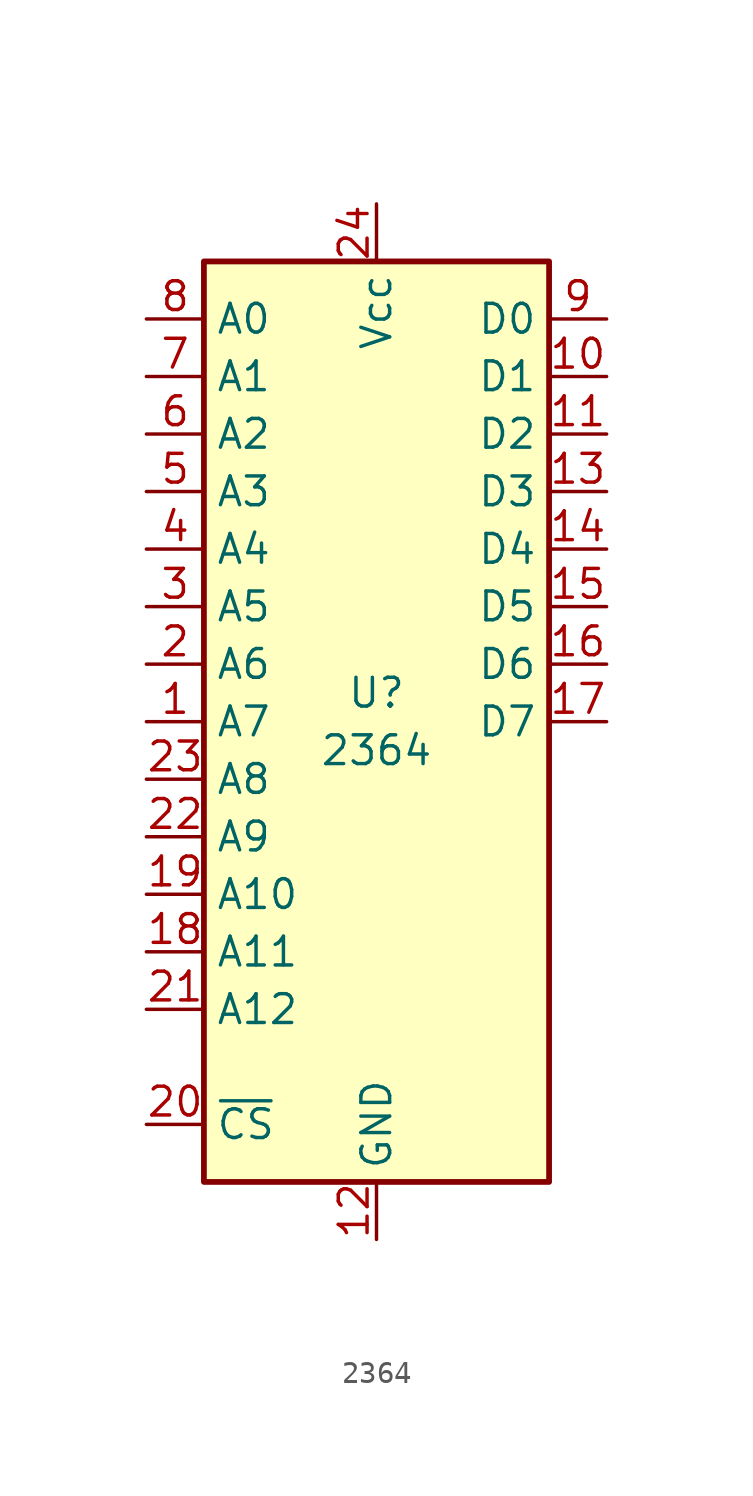
<source format=kicad_sym>
(kicad_symbol_lib
  (version 20241209)
  (generator "kicad_symbol_editor")
  (generator_version "9.0")
  (symbol "2364"
    (property "Reference" "U"
      (at 0 1.27 0)
      (effects (font (size 1.27 1.27))))
    (property "Value" "2364"
      (at 0 -1.27 0)
      (effects (font (size 1.27 1.27))))
    (symbol "2364_0_0"
      (pin input line (at -10.16 17.78 0) (length 2.54) (name "A0" (effects (font (size 1.27 1.27)))) (number "8" (effects (font (size 1.27 1.27)))))
      (pin input line (at -10.16 15.24 0) (length 2.54) (name "A1" (effects (font (size 1.27 1.27)))) (number "7" (effects (font (size 1.27 1.27)))))
      (pin input line (at -10.16 12.7 0) (length 2.54) (name "A2" (effects (font (size 1.27 1.27)))) (number "6" (effects (font (size 1.27 1.27)))))
      (pin input line (at -10.16 10.16 0) (length 2.54) (name "A3" (effects (font (size 1.27 1.27)))) (number "5" (effects (font (size 1.27 1.27)))))
      (pin input line (at -10.16 7.62 0) (length 2.54) (name "A4" (effects (font (size 1.27 1.27)))) (number "4" (effects (font (size 1.27 1.27)))))
      (pin input line (at -10.16 5.08 0) (length 2.54) (name "A5" (effects (font (size 1.27 1.27)))) (number "3" (effects (font (size 1.27 1.27)))))
      (pin input line (at -10.16 2.54 0) (length 2.54) (name "A6" (effects (font (size 1.27 1.27)))) (number "2" (effects (font (size 1.27 1.27)))))
      (pin input line (at -10.16 0 0) (length 2.54) (name "A7" (effects (font (size 1.27 1.27)))) (number "1" (effects (font (size 1.27 1.27)))))
      (pin input line (at -10.16 -2.54 0) (length 2.54) (name "A8" (effects (font (size 1.27 1.27)))) (number "23" (effects (font (size 1.27 1.27)))))
      (pin input line (at -10.16 -5.08 0) (length 2.54) (name "A9" (effects (font (size 1.27 1.27)))) (number "22" (effects (font (size 1.27 1.27)))))
      (pin input line (at -10.16 -7.62 0) (length 2.54) (name "A10" (effects (font (size 1.27 1.27)))) (number "19" (effects (font (size 1.27 1.27)))))
      (pin input line (at -10.16 -10.16 0) (length 2.54) (name "A11" (effects (font (size 1.27 1.27)))) (number "18" (effects (font (size 1.27 1.27)))))
      (pin input line (at -10.16 -12.7 0) (length 2.54) (name "A12" (effects (font (size 1.27 1.27)))) (number "21" (effects (font (size 1.27 1.27)))))
      (pin input line (at -10.16 -17.78 0) (length 2.54) (name "~{CS}" (effects (font (size 1.27 1.27)))) (number "20" (effects (font (size 1.27 1.27)))))
      (pin power_in line (at 0 22.86 270) (length 2.54) (name "Vcc" (effects (font (size 1.27 1.27)))) (number "24" (effects (font (size 1.27 1.27)))))
      (pin power_in line (at 0 -22.86 90) (length 2.54) (name "GND" (effects (font (size 1.27 1.27)))) (number "12" (effects (font (size 1.27 1.27)))))
      (pin tri_state line (at 10.16 17.78 180) (length 2.54) (name "D0" (effects (font (size 1.27 1.27)))) (number "9" (effects (font (size 1.27 1.27)))))
      (pin tri_state line (at 10.16 15.24 180) (length 2.54) (name "D1" (effects (font (size 1.27 1.27)))) (number "10" (effects (font (size 1.27 1.27)))))
      (pin tri_state line (at 10.16 12.7 180) (length 2.54) (name "D2" (effects (font (size 1.27 1.27)))) (number "11" (effects (font (size 1.27 1.27)))))
      (pin tri_state line (at 10.16 10.16 180) (length 2.54) (name "D3" (effects (font (size 1.27 1.27)))) (number "13" (effects (font (size 1.27 1.27)))))
      (pin tri_state line (at 10.16 7.62 180) (length 2.54) (name "D4" (effects (font (size 1.27 1.27)))) (number "14" (effects (font (size 1.27 1.27)))))
      (pin tri_state line (at 10.16 5.08 180) (length 2.54) (name "D5" (effects (font (size 1.27 1.27)))) (number "15" (effects (font (size 1.27 1.27)))))
      (pin tri_state line (at 10.16 2.54 180) (length 2.54) (name "D6" (effects (font (size 1.27 1.27)))) (number "16" (effects (font (size 1.27 1.27)))))
      (pin tri_state line (at 10.16 0 180) (length 2.54) (name "D7" (effects (font (size 1.27 1.27)))) (number "17" (effects (font (size 1.27 1.27))))))
    (symbol "2364_1_1"
      (rectangle (start -7.62 20.32) (end 7.62 -20.32) (stroke (width 0.254) (type default)) (fill (type background))))))
</source>
